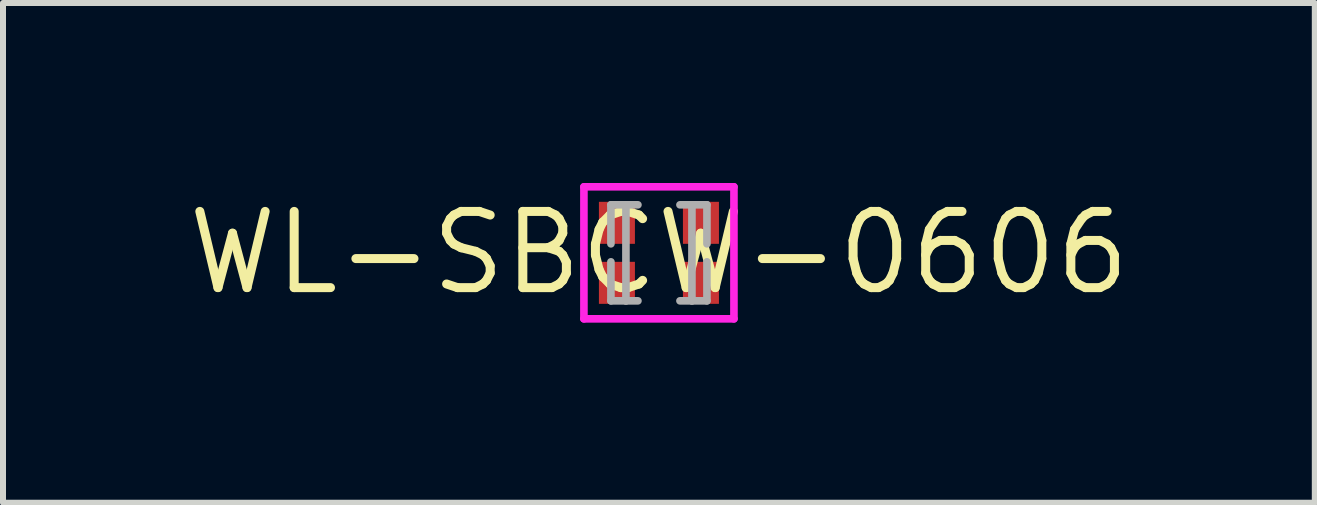
<source format=kicad_pcb>
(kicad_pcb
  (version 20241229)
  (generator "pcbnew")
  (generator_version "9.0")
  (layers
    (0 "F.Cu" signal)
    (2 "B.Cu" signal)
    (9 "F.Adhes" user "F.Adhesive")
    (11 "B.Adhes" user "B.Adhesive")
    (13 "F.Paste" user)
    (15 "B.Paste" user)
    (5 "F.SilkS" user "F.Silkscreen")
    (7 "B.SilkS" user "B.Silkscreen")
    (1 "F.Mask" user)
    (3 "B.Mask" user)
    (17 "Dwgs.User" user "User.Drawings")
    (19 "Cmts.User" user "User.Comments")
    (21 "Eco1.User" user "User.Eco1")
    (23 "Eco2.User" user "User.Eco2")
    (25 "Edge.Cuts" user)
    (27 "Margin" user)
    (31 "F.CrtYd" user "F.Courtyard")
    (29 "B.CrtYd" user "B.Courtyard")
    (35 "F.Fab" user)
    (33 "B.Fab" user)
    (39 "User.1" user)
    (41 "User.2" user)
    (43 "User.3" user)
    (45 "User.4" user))
  (footprint "WL-SBCW-0606"
    (layer "F.Cu")
    (at 7.93 1.163)
    (property "Reference" "WL-SBCW-0606" (at 0 0 0) (layer "F.SilkS") (effects (font (size 1.27 1.27) (thickness 0.15))))
    (fp_line (start -1.25 -1.1) (end 1.25 -1.1) (stroke (width 0.127) (type solid)) (layer "F.CrtYd"))
    (fp_line (start -1.25 1.1) (end -1.25 -1.1) (stroke (width 0.127) (type solid)) (layer "F.CrtYd"))
    (fp_line (start 1.25 -1.1) (end 1.25 1.1) (stroke (width 0.127) (type solid)) (layer "F.CrtYd"))
    (fp_line (start 1.25 1.1) (end -1.25 1.1) (stroke (width 0.127) (type solid)) (layer "F.CrtYd"))
    (fp_line (start -0.8 -0.8) (end -0.8 -0.15) (stroke (width 0.127) (type solid)) (layer "F.Fab"))
    (fp_line (start -0.8 0.15) (end -0.8 0.8) (stroke (width 0.127) (type solid)) (layer "F.Fab"))
    (fp_line (start -0.8 0.8) (end -0.55 0.8) (stroke (width 0.127) (type solid)) (layer "F.Fab"))
    (fp_line (start -0.55 -0.8) (end -0.8 -0.8) (stroke (width 0.127) (type solid)) (layer "F.Fab"))
    (fp_line (start -0.55 -0.8) (end -0.55 0.8) (stroke (width 0.127) (type solid)) (layer "F.Fab"))
    (fp_line (start -0.55 0.8) (end -0.35 0.8) (stroke (width 0.127) (type solid)) (layer "F.Fab"))
    (fp_line (start -0.35 -0.8) (end -0.55 -0.8) (stroke (width 0.127) (type solid)) (layer "F.Fab"))
    (fp_line (start 0.35 -0.8) (end 0.55 -0.8) (stroke (width 0.127) (type solid)) (layer "F.Fab"))
    (fp_line (start 0.35 0.8) (end 0.55 0.8) (stroke (width 0.127) (type solid)) (layer "F.Fab"))
    (fp_line (start 0.55 -0.8) (end 0.55 0.8) (stroke (width 0.127) (type solid)) (layer "F.Fab"))
    (fp_line (start 0.55 -0.8) (end 0.8 -0.8) (stroke (width 0.127) (type solid)) (layer "F.Fab"))
    (fp_line (start 0.55 0.8) (end 0.8 0.8) (stroke (width 0.127) (type solid)) (layer "F.Fab"))
    (fp_line (start 0.8 -0.8) (end 0.8 -0.15) (stroke (width 0.127) (type solid)) (layer "F.Fab"))
    (fp_line (start 0.8 0.15) (end 0.8 0.8) (stroke (width 0.127) (type solid)) (layer "F.Fab"))
    (pad "B" smd rect (at 0.7 0.5 90) (size 0.7 0.6) (layers "F.Cu" "F.Mask" "F.Paste"))
    (pad "G" smd rect (at 0.7 -0.5 90) (size 0.7 0.6) (layers "F.Cu" "F.Mask" "F.Paste"))
    (pad "R" smd rect (at -0.7 -0.5 90) (size 0.7 0.6) (layers "F.Cu" "F.Mask" "F.Paste"))
    (pad "VCC" smd rect (at -0.7 0.5 90) (size 0.7 0.6) (layers "F.Cu" "F.Mask" "F.Paste")))
  (gr_rect
    (start -3 -3)
    (end 18.859 5.327)
    (stroke (width 0.1) (type default))
    (fill no)
    (layer "Edge.Cuts")))
</source>
